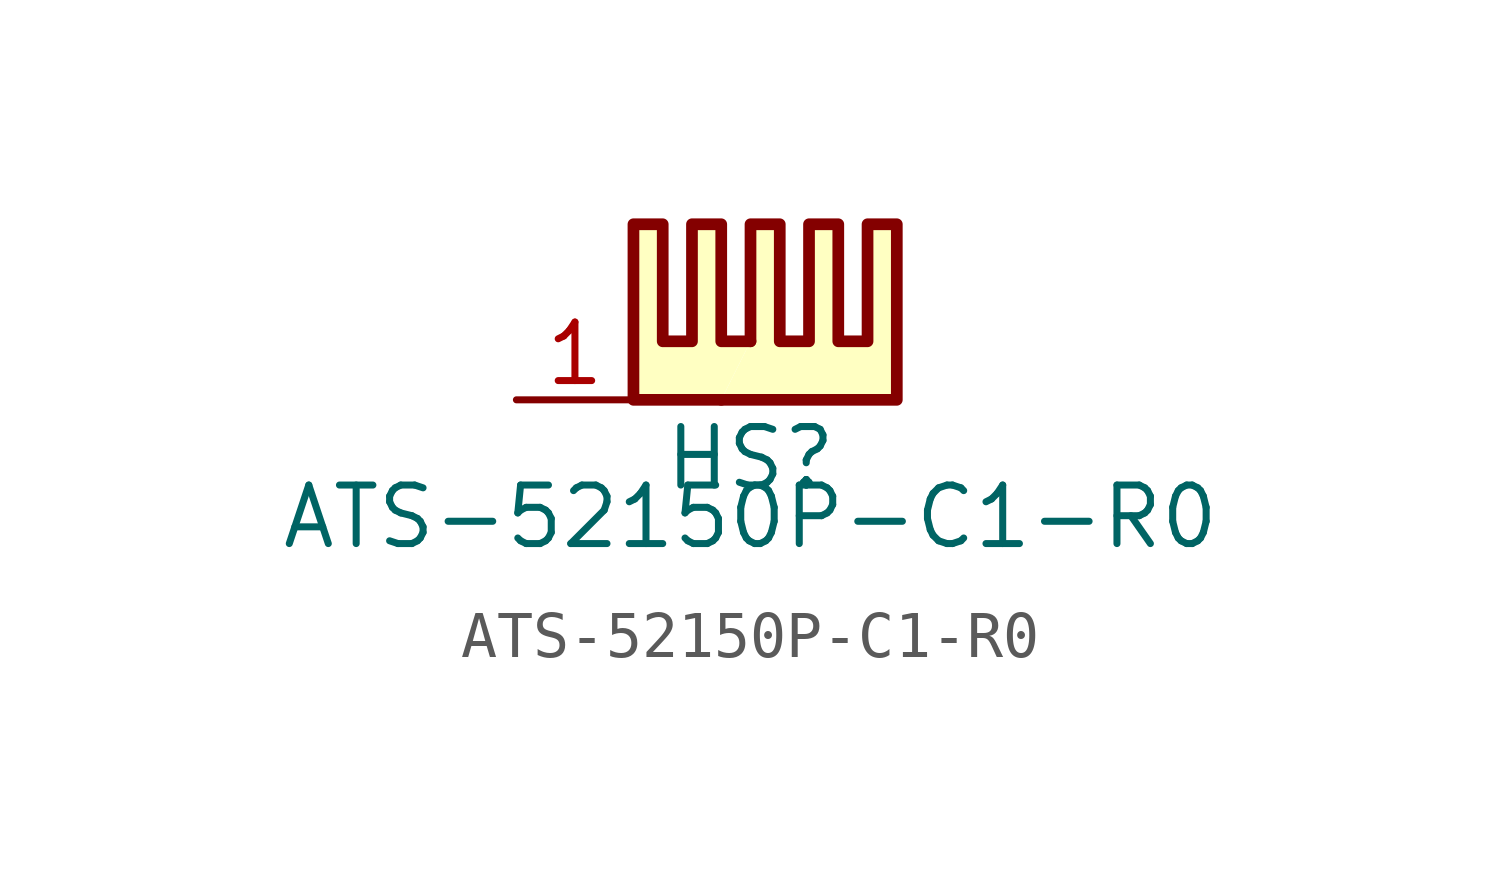
<source format=kicad_sym>
(kicad_symbol_lib
  (version 20211014)
  (generator kicad_symbol_editor)
  (symbol "ATS-52150P-C1-R0"
    (property "Reference" "HS"
      (at 0 0 0)
      (effects (font (size 1.27 1.27))))
    (property "Value" "ATS-52150P-C1-R0"
      (at 0 -1.27 0)
      (effects (font (size 1.27 1.27))))
    (symbol "ATS-52150P-C1-R0_0_1"
      (polyline (pts (xy 0 2.54) (xy -0.635 2.54) (xy -0.635 5.08) (xy -1.27 5.08) (xy -1.27 2.54) (xy -1.905 2.54) (xy -1.905 5.08) (xy -2.54 5.08) (xy -2.54 1.27) (xy -0.635 1.27)) (stroke (width 0.254) (type default) (color 0 0 0 0)) (fill (type background)))
      (polyline (pts (xy 0 2.54) (xy 0 5.08) (xy 0.635 5.08) (xy 0.635 2.54) (xy 1.27 2.54) (xy 1.27 5.08) (xy 1.905 5.08) (xy 1.905 2.54) (xy 2.54 2.54) (xy 2.54 5.08) (xy 3.175 5.08) (xy 3.175 1.27) (xy -0.635 1.27)) (stroke (width 0.254) (type default) (color 0 0 0 0)) (fill (type background))))
    (symbol "ATS-52150P-C1-R0_1_1"
      (pin passive line (at -5.08 1.27 0) (length 2.54) (name "" (effects (font (size 1.27 1.27)))) (number "1" (effects (font (size 1.27 1.27))))))))
</source>
